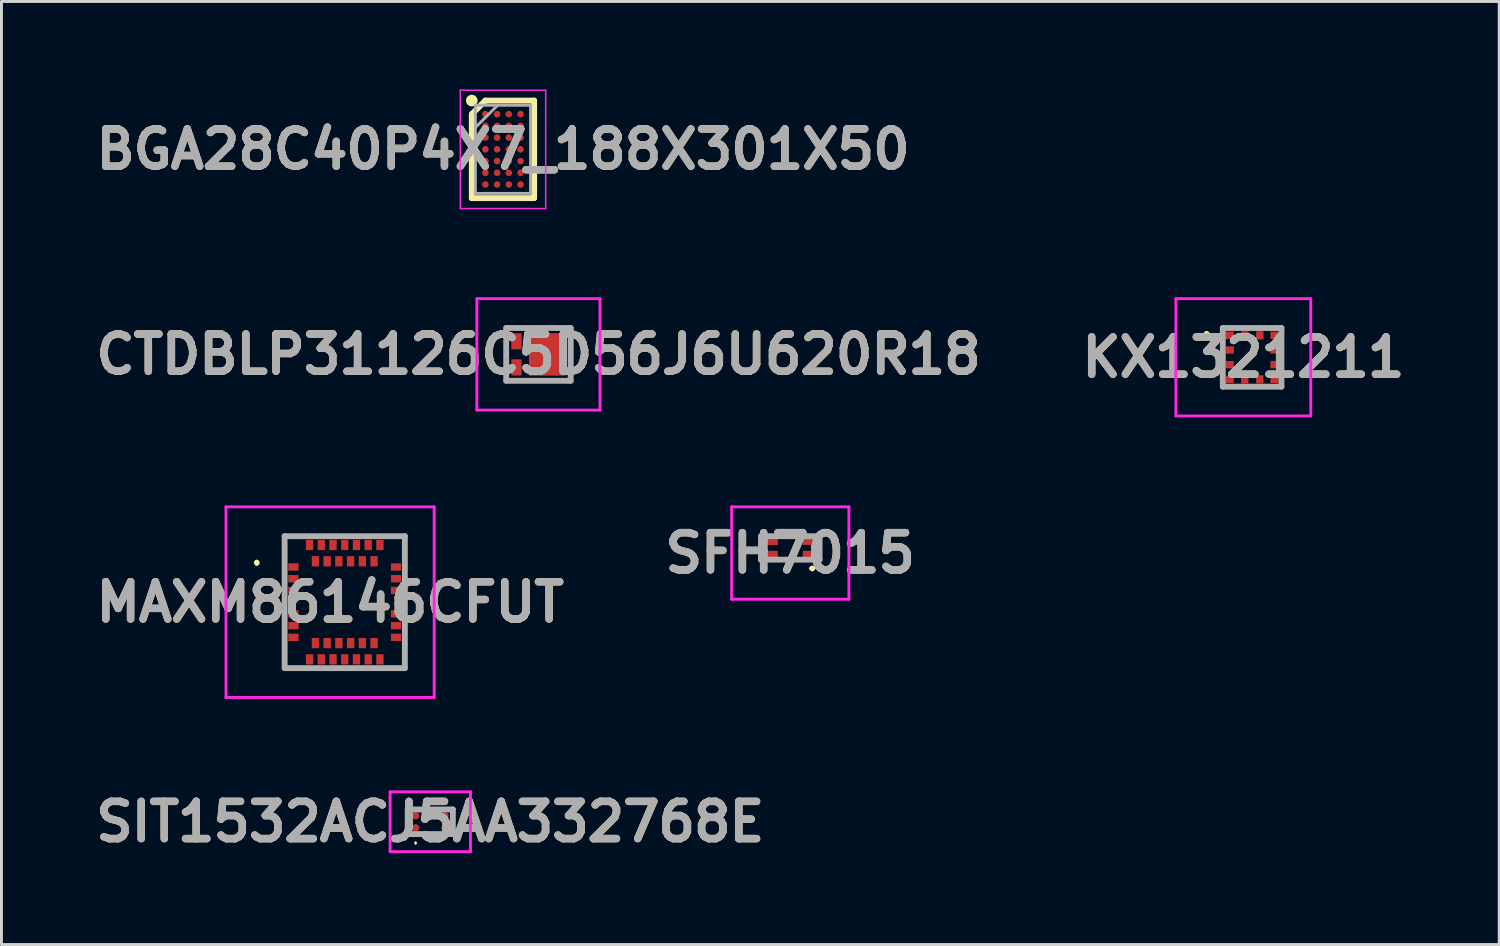
<source format=kicad_pcb>
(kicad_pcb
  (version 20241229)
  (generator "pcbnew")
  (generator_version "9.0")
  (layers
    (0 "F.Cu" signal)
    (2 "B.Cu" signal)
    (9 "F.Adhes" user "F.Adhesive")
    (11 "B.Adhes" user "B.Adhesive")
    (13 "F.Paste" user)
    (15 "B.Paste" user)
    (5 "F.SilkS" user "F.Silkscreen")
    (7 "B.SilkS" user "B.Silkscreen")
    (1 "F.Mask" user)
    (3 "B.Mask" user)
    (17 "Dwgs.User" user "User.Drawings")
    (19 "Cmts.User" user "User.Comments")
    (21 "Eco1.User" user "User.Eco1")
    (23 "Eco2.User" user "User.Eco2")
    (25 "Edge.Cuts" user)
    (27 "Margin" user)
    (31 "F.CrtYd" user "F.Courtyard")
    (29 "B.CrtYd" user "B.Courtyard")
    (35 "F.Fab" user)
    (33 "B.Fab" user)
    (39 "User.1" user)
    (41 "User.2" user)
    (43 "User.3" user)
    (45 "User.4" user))
  (footprint "CTDBLP31126C5D56J6U620R18"
    (layer "F.Cu")
    (at 15.313 9.036)
    (property "Reference" "CTDBLP31126C5D56J6U620R18" (at 0 0 0) (layer "F.SilkS") (effects (font (size 1.27 1.27) (thickness 0.254))))
    (attr smd)
    (fp_line (start -1.6 -0.5) (end -1.6 -0.5) (stroke (width 0.1) (type solid)) (layer "F.SilkS"))
    (fp_line (start -1.6 -0.4) (end -1.6 -0.4) (stroke (width 0.1) (type solid)) (layer "F.SilkS"))
    (fp_line (start -0.988 -0.9) (end 0.812 -0.9) (stroke (width 0.1) (type solid)) (layer "F.SilkS"))
    (fp_line (start -0.988 0.9) (end 0.812 0.9) (stroke (width 0.1) (type solid)) (layer "F.SilkS"))
    (fp_arc (start -1.6 -0.5) (mid -1.55 -0.45) (end -1.6 -0.4) (stroke (width 0.1) (type solid)) (layer "F.SilkS"))
    (fp_arc (start -1.6 -0.4) (mid -1.65 -0.45) (end -1.6 -0.5) (stroke (width 0.1) (type solid)) (layer "F.SilkS"))
    (fp_line (start -2.1 -1.9) (end 2.1 -1.9) (stroke (width 0.1) (type solid)) (layer "F.CrtYd"))
    (fp_line (start -2.1 1.9) (end -2.1 -1.9) (stroke (width 0.1) (type solid)) (layer "F.CrtYd"))
    (fp_line (start 2.1 -1.9) (end 2.1 1.9) (stroke (width 0.1) (type solid)) (layer "F.CrtYd"))
    (fp_line (start 2.1 1.9) (end -2.1 1.9) (stroke (width 0.1) (type solid)) (layer "F.CrtYd"))
    (fp_line (start -1.1 -0.9) (end 1.1 -0.9) (stroke (width 0.2) (type solid)) (layer "F.Fab"))
    (fp_line (start -1.1 0.9) (end -1.1 -0.9) (stroke (width 0.2) (type solid)) (layer "F.Fab"))
    (fp_line (start 1.1 -0.9) (end 1.1 0.9) (stroke (width 0.2) (type solid)) (layer "F.Fab"))
    (fp_line (start 1.1 0.9) (end -1.1 0.9) (stroke (width 0.2) (type solid)) (layer "F.Fab"))
    (fp_text user "${REFERENCE}" (at 0 0 0) (layer "F.Fab") (effects (font (size 1.27 1.27) (thickness 0.254))))
    (pad "1" smd rect (at -0.75 -0.445) (size 0.35 0.55) (layers "F.Cu" "F.Mask" "F.Paste"))
    (pad "2" smd rect (at -0.75 0.445) (size 0.35 0.55) (layers "F.Cu" "F.Mask" "F.Paste"))
    (pad "3" smd rect (at 0.3 0) (size 1.25 1.45) (layers "F.Cu" "F.Mask" "F.Paste")))
  (footprint "BGA28C40P4X7_188X301X50"
    (layer "F.Cu")
    (at 14.103 2.043)
    (property "Reference" "BGA28C40P4X7_188X301X50" (at 0 0 0) (layer "F.SilkS") (effects (font (size 1.27 1.27) (thickness 0.254))))
    (attr smd)
    (fp_line (start -1.063 -1.2) (end -0.6 -1.663) (stroke (width 0.2) (type solid)) (layer "F.SilkS"))
    (fp_line (start -1.063 1.663) (end -1.063 -1.2) (stroke (width 0.2) (type solid)) (layer "F.SilkS"))
    (fp_line (start -0.6 -1.663) (end 1.063 -1.663) (stroke (width 0.2) (type solid)) (layer "F.SilkS"))
    (fp_line (start 1.063 -1.663) (end 1.063 1.663) (stroke (width 0.2) (type solid)) (layer "F.SilkS"))
    (fp_line (start 1.063 1.663) (end -1.063 1.663) (stroke (width 0.2) (type solid)) (layer "F.SilkS"))
    (fp_circle (center -1.063 -1.663) (end -1.063 -1.563) (stroke (width 0.2) (type solid)) (fill no) (layer "F.SilkS"))
    (fp_line (start -1.456 -2.018) (end 1.457 -2.018) (stroke (width 0.05) (type solid)) (layer "F.CrtYd"))
    (fp_line (start -1.456 2.018) (end -1.456 -2.018) (stroke (width 0.05) (type solid)) (layer "F.CrtYd"))
    (fp_line (start 1.457 -2.018) (end 1.457 2.018) (stroke (width 0.05) (type solid)) (layer "F.CrtYd"))
    (fp_line (start 1.457 2.018) (end -1.456 2.018) (stroke (width 0.05) (type solid)) (layer "F.CrtYd"))
    (fp_line (start -0.941 -1.503) (end 0.941 -1.503) (stroke (width 0.1) (type solid)) (layer "F.Fab"))
    (fp_line (start -0.941 -0.744) (end -0.182 -1.503) (stroke (width 0.1) (type solid)) (layer "F.Fab"))
    (fp_line (start -0.941 1.503) (end -0.941 -1.503) (stroke (width 0.1) (type solid)) (layer "F.Fab"))
    (fp_line (start 0.941 -1.503) (end 0.941 1.503) (stroke (width 0.1) (type solid)) (layer "F.Fab"))
    (fp_line (start 0.941 1.503) (end -0.941 1.503) (stroke (width 0.1) (type solid)) (layer "F.Fab"))
    (fp_text user "${REFERENCE}" (at 0 0 0) (layer "F.Fab") (effects (font (size 1.27 1.27) (thickness 0.254))))
    (pad "A1" smd circle (at -0.6 -1.2 90) (size 0.226 0.226) (layers "F.Cu" "F.Mask" "F.Paste"))
    (pad "A2" smd circle (at -0.2 -1.2 90) (size 0.226 0.226) (layers "F.Cu" "F.Mask" "F.Paste"))
    (pad "A3" smd circle (at 0.2 -1.2 90) (size 0.226 0.226) (layers "F.Cu" "F.Mask" "F.Paste"))
    (pad "A4" smd circle (at 0.6 -1.2 90) (size 0.226 0.226) (layers "F.Cu" "F.Mask" "F.Paste"))
    (pad "B1" smd circle (at -0.6 -0.8 90) (size 0.226 0.226) (layers "F.Cu" "F.Mask" "F.Paste"))
    (pad "B2" smd circle (at -0.2 -0.8 90) (size 0.226 0.226) (layers "F.Cu" "F.Mask" "F.Paste"))
    (pad "B3" smd circle (at 0.2 -0.8 90) (size 0.226 0.226) (layers "F.Cu" "F.Mask" "F.Paste"))
    (pad "B4" smd circle (at 0.6 -0.8 90) (size 0.226 0.226) (layers "F.Cu" "F.Mask" "F.Paste"))
    (pad "C1" smd circle (at -0.6 -0.4 90) (size 0.226 0.226) (layers "F.Cu" "F.Mask" "F.Paste"))
    (pad "C2" smd circle (at -0.2 -0.4 90) (size 0.226 0.226) (layers "F.Cu" "F.Mask" "F.Paste"))
    (pad "C3" smd circle (at 0.2 -0.4 90) (size 0.226 0.226) (layers "F.Cu" "F.Mask" "F.Paste"))
    (pad "C4" smd circle (at 0.6 -0.4 90) (size 0.226 0.226) (layers "F.Cu" "F.Mask" "F.Paste"))
    (pad "D1" smd circle (at -0.6 0 90) (size 0.226 0.226) (layers "F.Cu" "F.Mask" "F.Paste"))
    (pad "D2" smd circle (at -0.2 0 90) (size 0.226 0.226) (layers "F.Cu" "F.Mask" "F.Paste"))
    (pad "D3" smd circle (at 0.2 0 90) (size 0.226 0.226) (layers "F.Cu" "F.Mask" "F.Paste"))
    (pad "D4" smd circle (at 0.6 0 90) (size 0.226 0.226) (layers "F.Cu" "F.Mask" "F.Paste"))
    (pad "E1" smd circle (at -0.6 0.4 90) (size 0.226 0.226) (layers "F.Cu" "F.Mask" "F.Paste"))
    (pad "E2" smd circle (at -0.2 0.4 90) (size 0.226 0.226) (layers "F.Cu" "F.Mask" "F.Paste"))
    (pad "E3" smd circle (at 0.2 0.4 90) (size 0.226 0.226) (layers "F.Cu" "F.Mask" "F.Paste"))
    (pad "E4" smd circle (at 0.6 0.4 90) (size 0.226 0.226) (layers "F.Cu" "F.Mask" "F.Paste"))
    (pad "F1" smd circle (at -0.6 0.8 90) (size 0.226 0.226) (layers "F.Cu" "F.Mask" "F.Paste"))
    (pad "F2" smd circle (at -0.2 0.8 90) (size 0.226 0.226) (layers "F.Cu" "F.Mask" "F.Paste"))
    (pad "F3" smd circle (at 0.2 0.8 90) (size 0.226 0.226) (layers "F.Cu" "F.Mask" "F.Paste"))
    (pad "F4" smd circle (at 0.6 0.8 90) (size 0.226 0.226) (layers "F.Cu" "F.Mask" "F.Paste"))
    (pad "G1" smd circle (at -0.6 1.2 90) (size 0.226 0.226) (layers "F.Cu" "F.Mask" "F.Paste"))
    (pad "G2" smd circle (at -0.2 1.2 90) (size 0.226 0.226) (layers "F.Cu" "F.Mask" "F.Paste"))
    (pad "G3" smd circle (at 0.2 1.2 90) (size 0.226 0.226) (layers "F.Cu" "F.Mask" "F.Paste"))
    (pad "G4" smd circle (at 0.6 1.2 90) (size 0.226 0.226) (layers "F.Cu" "F.Mask" "F.Paste")))
  (footprint "SIT1532ACJ5AA332768E"
    (layer "F.Cu")
    (at 11.624 24.975)
    (property "Reference" "SIT1532ACJ5AA332768E" (at 0 0 0) (layer "F.SilkS") (effects (font (size 1.27 1.27) (thickness 0.254))))
    (attr smd)
    (fp_line (start -0.5 0.7) (end -0.5 0.7) (stroke (width 0.05) (type solid)) (layer "F.SilkS"))
    (fp_line (start -0.5 0.75) (end -0.5 0.75) (stroke (width 0.05) (type solid)) (layer "F.SilkS"))
    (fp_line (start -0.2 -0.4) (end 0.2 -0.4) (stroke (width 0.1) (type solid)) (layer "F.SilkS"))
    (fp_line (start 0.2 0.42) (end -0.2 0.42) (stroke (width 0.1) (type solid)) (layer "F.SilkS"))
    (fp_arc (start -0.5 0.7) (mid -0.475 0.725) (end -0.5 0.75) (stroke (width 0.05) (type solid)) (layer "F.SilkS"))
    (fp_arc (start -0.5 0.75) (mid -0.525 0.725) (end -0.5 0.7) (stroke (width 0.05) (type solid)) (layer "F.SilkS"))
    (fp_line (start -1.37 -1.02) (end 1.37 -1.02) (stroke (width 0.1) (type solid)) (layer "F.CrtYd"))
    (fp_line (start -1.37 1.02) (end -1.37 -1.02) (stroke (width 0.1) (type solid)) (layer "F.CrtYd"))
    (fp_line (start 1.37 -1.02) (end 1.37 1.02) (stroke (width 0.1) (type solid)) (layer "F.CrtYd"))
    (fp_line (start 1.37 1.02) (end -1.37 1.02) (stroke (width 0.1) (type solid)) (layer "F.CrtYd"))
    (fp_line (start -0.77 -0.42) (end 0.77 -0.42) (stroke (width 0.2) (type solid)) (layer "F.Fab"))
    (fp_line (start -0.77 0.42) (end -0.77 -0.42) (stroke (width 0.2) (type solid)) (layer "F.Fab"))
    (fp_line (start 0.77 -0.42) (end 0.77 0.42) (stroke (width 0.2) (type solid)) (layer "F.Fab"))
    (fp_line (start 0.77 0.42) (end -0.77 0.42) (stroke (width 0.2) (type solid)) (layer "F.Fab"))
    (fp_text user "${REFERENCE}" (at 0 0 0) (layer "F.Fab") (effects (font (size 1.27 1.27) (thickness 0.254))))
    (pad "1" smd circle (at -0.5 0.205 90) (size 0.25 0.25) (layers "F.Cu" "F.Mask" "F.Paste"))
    (pad "2" smd circle (at 0.5 0.205 90) (size 0.25 0.25) (layers "F.Cu" "F.Mask" "F.Paste"))
    (pad "3" smd circle (at 0.5 -0.205 90) (size 0.25 0.25) (layers "F.Cu" "F.Mask" "F.Paste"))
    (pad "4" smd circle (at -0.5 -0.205 90) (size 0.25 0.25) (layers "F.Cu" "F.Mask" "F.Paste")))
  (footprint "SFH7015"
    (layer "F.Cu")
    (at 23.901 15.636)
    (property "Reference" "SFH7015" (at 0 0.175 0) (layer "F.SilkS") (effects (font (size 1.27 1.27) (thickness 0.254))))
    (attr smd)
    (fp_line (start 0.7 0.7) (end 0.7 0.7) (stroke (width 0.1) (type solid)) (layer "F.SilkS"))
    (fp_line (start 0.8 0.7) (end 0.8 0.7) (stroke (width 0.1) (type solid)) (layer "F.SilkS"))
    (fp_arc (start 0.7 0.7) (mid 0.75 0.65) (end 0.8 0.7) (stroke (width 0.1) (type solid)) (layer "F.SilkS"))
    (fp_arc (start 0.8 0.7) (mid 0.75 0.75) (end 0.7 0.7) (stroke (width 0.1) (type solid)) (layer "F.SilkS"))
    (fp_line (start -2 -1.4) (end -2 1.75) (stroke (width 0.1) (type solid)) (layer "F.CrtYd"))
    (fp_line (start -2 1.75) (end 2 1.75) (stroke (width 0.1) (type solid)) (layer "F.CrtYd"))
    (fp_line (start 2 -1.4) (end -2 -1.4) (stroke (width 0.1) (type solid)) (layer "F.CrtYd"))
    (fp_line (start 2 1.75) (end 2 -1.4) (stroke (width 0.1) (type solid)) (layer "F.CrtYd"))
    (fp_line (start -1 -0.4) (end -1 0.4) (stroke (width 0.2) (type solid)) (layer "F.Fab"))
    (fp_line (start -1 0.4) (end 1 0.4) (stroke (width 0.2) (type solid)) (layer "F.Fab"))
    (fp_line (start 1 -0.4) (end -1 -0.4) (stroke (width 0.2) (type solid)) (layer "F.Fab"))
    (fp_line (start 1 0.4) (end 1 -0.4) (stroke (width 0.2) (type solid)) (layer "F.Fab"))
    (fp_text user "${REFERENCE}" (at 0 0.175 0) (layer "F.Fab") (effects (font (size 1.27 1.27) (thickness 0.254))))
    (pad "1" smd rect (at 0.675 0.225 90) (size 0.25 0.5) (layers "F.Cu" "F.Mask" "F.Paste"))
    (pad "2" smd rect (at 0.675 -0.225 90) (size 0.25 0.5) (layers "F.Cu" "F.Mask" "F.Paste"))
    (pad "3" smd rect (at -0.675 0.225 90) (size 0.25 0.5) (layers "F.Cu" "F.Mask" "F.Paste"))
    (pad "4" smd rect (at -0.675 -0.225 90) (size 0.25 0.5) (layers "F.Cu" "F.Mask" "F.Paste")))
  (footprint "KX1321211"
    (layer "F.Cu")
    (at 39.652 9.136)
    (property "Reference" "KX1321211" (at -0.3 0 0) (layer "F.SilkS") (effects (font (size 1.27 1.27) (thickness 0.254))))
    (attr smd)
    (fp_line (start -1.6 -0.8) (end -1.6 -0.8) (stroke (width 0.1) (type solid)) (layer "F.SilkS"))
    (fp_line (start -1.5 -0.8) (end -1.5 -0.8) (stroke (width 0.1) (type solid)) (layer "F.SilkS"))
    (fp_arc (start -1.6 -0.8) (mid -1.55 -0.85) (end -1.5 -0.8) (stroke (width 0.1) (type solid)) (layer "F.SilkS"))
    (fp_arc (start -1.5 -0.8) (mid -1.55 -0.75) (end -1.6 -0.8) (stroke (width 0.1) (type solid)) (layer "F.SilkS"))
    (fp_line (start -2.6 -2) (end 2 -2) (stroke (width 0.1) (type solid)) (layer "F.CrtYd"))
    (fp_line (start -2.6 2) (end -2.6 -2) (stroke (width 0.1) (type solid)) (layer "F.CrtYd"))
    (fp_line (start 2 -2) (end 2 2) (stroke (width 0.1) (type solid)) (layer "F.CrtYd"))
    (fp_line (start 2 2) (end -2.6 2) (stroke (width 0.1) (type solid)) (layer "F.CrtYd"))
    (fp_line (start -1 -1) (end 1 -1) (stroke (width 0.2) (type solid)) (layer "F.Fab"))
    (fp_line (start -1 1) (end -1 -1) (stroke (width 0.2) (type solid)) (layer "F.Fab"))
    (fp_line (start 1 -1) (end 1 1) (stroke (width 0.2) (type solid)) (layer "F.Fab"))
    (fp_line (start 1 1) (end -1 1) (stroke (width 0.2) (type solid)) (layer "F.Fab"))
    (fp_text user "${REFERENCE}" (at -0.3 0 0) (layer "F.Fab") (effects (font (size 1.27 1.27) (thickness 0.254))))
    (pad "1" smd rect (at -0.762 -0.75 90) (size 0.25 0.275) (layers "F.Cu" "F.Mask" "F.Paste"))
    (pad "2" smd rect (at -0.762 -0.25 90) (size 0.25 0.275) (layers "F.Cu" "F.Mask" "F.Paste"))
    (pad "3" smd rect (at -0.762 0.25 90) (size 0.25 0.275) (layers "F.Cu" "F.Mask" "F.Paste"))
    (pad "4" smd rect (at -0.762 0.75 90) (size 0.25 0.275) (layers "F.Cu" "F.Mask" "F.Paste"))
    (pad "5" smd rect (at -0.25 0.75) (size 0.25 0.275) (layers "F.Cu" "F.Mask" "F.Paste"))
    (pad "6" smd rect (at 0.263 0.75) (size 0.25 0.275) (layers "F.Cu" "F.Mask" "F.Paste"))
    (pad "7" smd rect (at 0.762 0.75 90) (size 0.25 0.275) (layers "F.Cu" "F.Mask" "F.Paste"))
    (pad "8" smd rect (at 0.762 0.25 90) (size 0.25 0.275) (layers "F.Cu" "F.Mask" "F.Paste"))
    (pad "9" smd rect (at 0.762 -0.25 90) (size 0.25 0.275) (layers "F.Cu" "F.Mask" "F.Paste"))
    (pad "10" smd rect (at 0.762 -0.75 90) (size 0.25 0.275) (layers "F.Cu" "F.Mask" "F.Paste"))
    (pad "11" smd rect (at 0.263 -0.75) (size 0.25 0.275) (layers "F.Cu" "F.Mask" "F.Paste"))
    (pad "12" smd rect (at -0.25 -0.75) (size 0.25 0.275) (layers "F.Cu" "F.Mask" "F.Paste")))
  (footprint "MAXM86146CFUT"
    (layer "F.Cu")
    (at 8.707 17.486)
    (property "Reference" "MAXM86146CFUT" (at -0.5 0 0) (layer "F.SilkS") (effects (font (size 1.27 1.27) (thickness 0.254))))
    (attr smd)
    (fp_line (start -3 -1.395) (end -3 -1.395) (stroke (width 0.1) (type solid)) (layer "F.SilkS"))
    (fp_line (start -3 -1.295) (end -3 -1.295) (stroke (width 0.1) (type solid)) (layer "F.SilkS"))
    (fp_arc (start -3 -1.395) (mid -2.95 -1.345) (end -3 -1.295) (stroke (width 0.1) (type solid)) (layer "F.SilkS"))
    (fp_arc (start -3 -1.295) (mid -3.05 -1.345) (end -3 -1.395) (stroke (width 0.1) (type solid)) (layer "F.SilkS"))
    (fp_line (start -4.05 -3.25) (end 3.05 -3.25) (stroke (width 0.1) (type solid)) (layer "F.CrtYd"))
    (fp_line (start -4.05 3.25) (end -4.05 -3.25) (stroke (width 0.1) (type solid)) (layer "F.CrtYd"))
    (fp_line (start 3.05 -3.25) (end 3.05 3.25) (stroke (width 0.1) (type solid)) (layer "F.CrtYd"))
    (fp_line (start 3.05 3.25) (end -4.05 3.25) (stroke (width 0.1) (type solid)) (layer "F.CrtYd"))
    (fp_line (start -2.05 -2.25) (end -2.05 2.25) (stroke (width 0.2) (type solid)) (layer "F.Fab"))
    (fp_line (start -2.05 2.25) (end 2.05 2.25) (stroke (width 0.2) (type solid)) (layer "F.Fab"))
    (fp_line (start 2.05 -2.25) (end -2.05 -2.25) (stroke (width 0.2) (type solid)) (layer "F.Fab"))
    (fp_line (start 2.05 2.25) (end 2.05 -2.25) (stroke (width 0.2) (type solid)) (layer "F.Fab"))
    (fp_text user "${REFERENCE}" (at -0.5 0 0) (layer "F.Fab") (effects (font (size 1.27 1.27) (thickness 0.254))))
    (pad "1" smd rect (at -1.75 -1.2 90) (size 0.25 0.35) (layers "F.Cu" "F.Mask" "F.Paste"))
    (pad "2" smd rect (at -1.75 -0.8 90) (size 0.25 0.35) (layers "F.Cu" "F.Mask" "F.Paste"))
    (pad "3" smd rect (at -1.75 -0.4 90) (size 0.25 0.35) (layers "F.Cu" "F.Mask" "F.Paste"))
    (pad "4" smd rect (at -1.75 0.4 90) (size 0.25 0.35) (layers "F.Cu" "F.Mask" "F.Paste"))
    (pad "5" smd rect (at -1.75 0.8 90) (size 0.25 0.35) (layers "F.Cu" "F.Mask" "F.Paste"))
    (pad "6" smd rect (at -1.75 1.2 90) (size 0.25 0.35) (layers "F.Cu" "F.Mask" "F.Paste"))
    (pad "7" smd rect (at -1.2 1.95) (size 0.25 0.35) (layers "F.Cu" "F.Mask" "F.Paste"))
    (pad "8" smd rect (at -0.8 1.95) (size 0.25 0.35) (layers "F.Cu" "F.Mask" "F.Paste"))
    (pad "9" smd rect (at -0.4 1.95) (size 0.25 0.35) (layers "F.Cu" "F.Mask" "F.Paste"))
    (pad "10" smd rect (at 0 1.95) (size 0.25 0.35) (layers "F.Cu" "F.Mask" "F.Paste"))
    (pad "11" smd rect (at 0.4 1.95) (size 0.25 0.35) (layers "F.Cu" "F.Mask" "F.Paste"))
    (pad "12" smd rect (at 0.8 1.95) (size 0.25 0.35) (layers "F.Cu" "F.Mask" "F.Paste"))
    (pad "13" smd rect (at 1.2 1.95) (size 0.25 0.35) (layers "F.Cu" "F.Mask" "F.Paste"))
    (pad "14" smd rect (at 1.75 1.2 90) (size 0.25 0.35) (layers "F.Cu" "F.Mask" "F.Paste"))
    (pad "15" smd rect (at 1.75 0.8 90) (size 0.25 0.35) (layers "F.Cu" "F.Mask" "F.Paste"))
    (pad "16" smd rect (at 1.75 0.4 90) (size 0.25 0.35) (layers "F.Cu" "F.Mask" "F.Paste"))
    (pad "17" smd rect (at 1.75 -0.4 90) (size 0.25 0.35) (layers "F.Cu" "F.Mask" "F.Paste"))
    (pad "18" smd rect (at 1.75 -0.8 90) (size 0.25 0.35) (layers "F.Cu" "F.Mask" "F.Paste"))
    (pad "19" smd rect (at 1.75 -1.2 90) (size 0.25 0.35) (layers "F.Cu" "F.Mask" "F.Paste"))
    (pad "20" smd rect (at 1.2 -1.95) (size 0.25 0.35) (layers "F.Cu" "F.Mask" "F.Paste"))
    (pad "21" smd rect (at 0.8 -1.95) (size 0.25 0.35) (layers "F.Cu" "F.Mask" "F.Paste"))
    (pad "22" smd rect (at 0.4 -1.95) (size 0.25 0.35) (layers "F.Cu" "F.Mask" "F.Paste"))
    (pad "23" smd rect (at 0 -1.95) (size 0.25 0.35) (layers "F.Cu" "F.Mask" "F.Paste"))
    (pad "24" smd rect (at -0.4 -1.95) (size 0.25 0.35) (layers "F.Cu" "F.Mask" "F.Paste"))
    (pad "25" smd rect (at -0.8 -1.95) (size 0.25 0.35) (layers "F.Cu" "F.Mask" "F.Paste"))
    (pad "26" smd rect (at -1.2 -1.95) (size 0.25 0.35) (layers "F.Cu" "F.Mask" "F.Paste"))
    (pad "27" smd rect (at 1 -1.395) (size 0.25 0.35) (layers "F.Cu" "F.Mask" "F.Paste"))
    (pad "28" smd rect (at 0.6 -1.395) (size 0.25 0.35) (layers "F.Cu" "F.Mask" "F.Paste"))
    (pad "29" smd rect (at 0.2 -1.395) (size 0.25 0.35) (layers "F.Cu" "F.Mask" "F.Paste"))
    (pad "30" smd rect (at -0.2 -1.395) (size 0.25 0.35) (layers "F.Cu" "F.Mask" "F.Paste"))
    (pad "31" smd rect (at -0.6 -1.395) (size 0.25 0.35) (layers "F.Cu" "F.Mask" "F.Paste"))
    (pad "32" smd rect (at -1 -1.395) (size 0.25 0.35) (layers "F.Cu" "F.Mask" "F.Paste"))
    (pad "33" smd rect (at -1 1.395) (size 0.25 0.35) (layers "F.Cu" "F.Mask" "F.Paste"))
    (pad "34" smd rect (at -0.6 1.395) (size 0.25 0.35) (layers "F.Cu" "F.Mask" "F.Paste"))
    (pad "35" smd rect (at -0.2 1.395) (size 0.25 0.35) (layers "F.Cu" "F.Mask" "F.Paste"))
    (pad "36" smd rect (at 0.2 1.395) (size 0.25 0.35) (layers "F.Cu" "F.Mask" "F.Paste"))
    (pad "37" smd rect (at 0.6 1.395) (size 0.25 0.35) (layers "F.Cu" "F.Mask" "F.Paste"))
    (pad "38" smd rect (at 1 1.395) (size 0.25 0.35) (layers "F.Cu" "F.Mask" "F.Paste")))
  (gr_rect
    (start -3 -3)
    (end 48.079 29.163)
    (stroke (width 0.1) (type default))
    (fill no)
    (layer "Edge.Cuts")))
</source>
